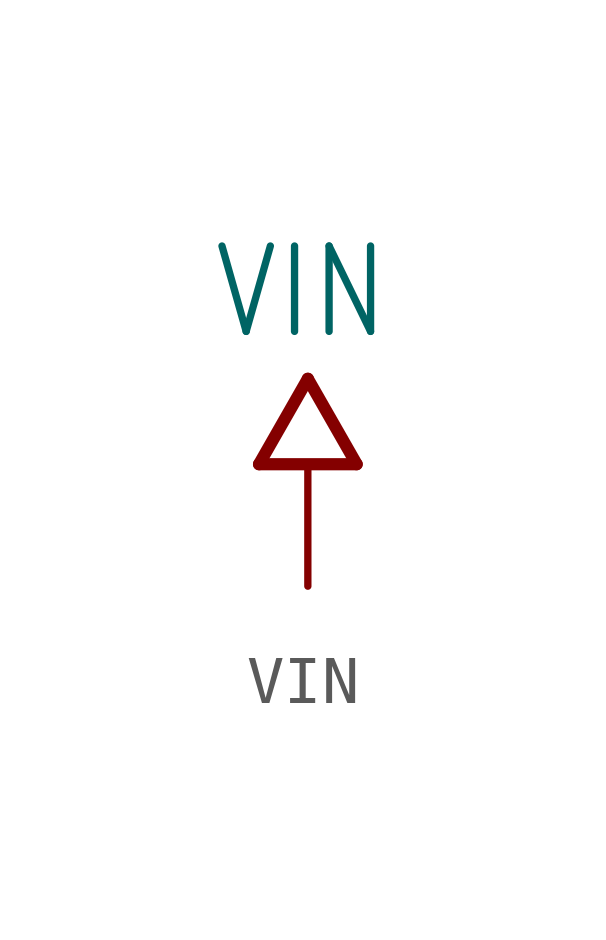
<source format=kicad_sym>
(kicad_symbol_lib
  (version 20211014)
  (generator kicad_symbol_editor)
  (symbol "VIN"
    (power)
    (property "Reference" ""
      (at 0 0 0)
      (effects (font (size 1.27 1.27)) hide))
    (property "Value" "VIN"
      (at -2.032 2.54 0)
      (effects (font (size 1.778 1.511)) (justify left bottom)))
    (property "ki_locked" ""
      (at 0 0 0)
      (effects (font (size 1.27 1.27))))
    (symbol "VIN_1_0"
      (polyline (pts (xy -1.016 0) (xy 0 1.778)) (stroke (width 0.254) (type default) (color 0 0 0 0)) (fill (type none)))
      (polyline (pts (xy -1.016 0) (xy 1.016 0)) (stroke (width 0.254) (type default) (color 0 0 0 0)) (fill (type none)))
      (polyline (pts (xy 0 1.778) (xy 1.016 0)) (stroke (width 0.254) (type default) (color 0 0 0 0)) (fill (type none)))
      (pin power_in line (at 0 -2.54 90) (length 2.54) (name "VIN" (effects (font (size 0 0)))) (number "1" (effects (font (size 0 0))))))))
</source>
